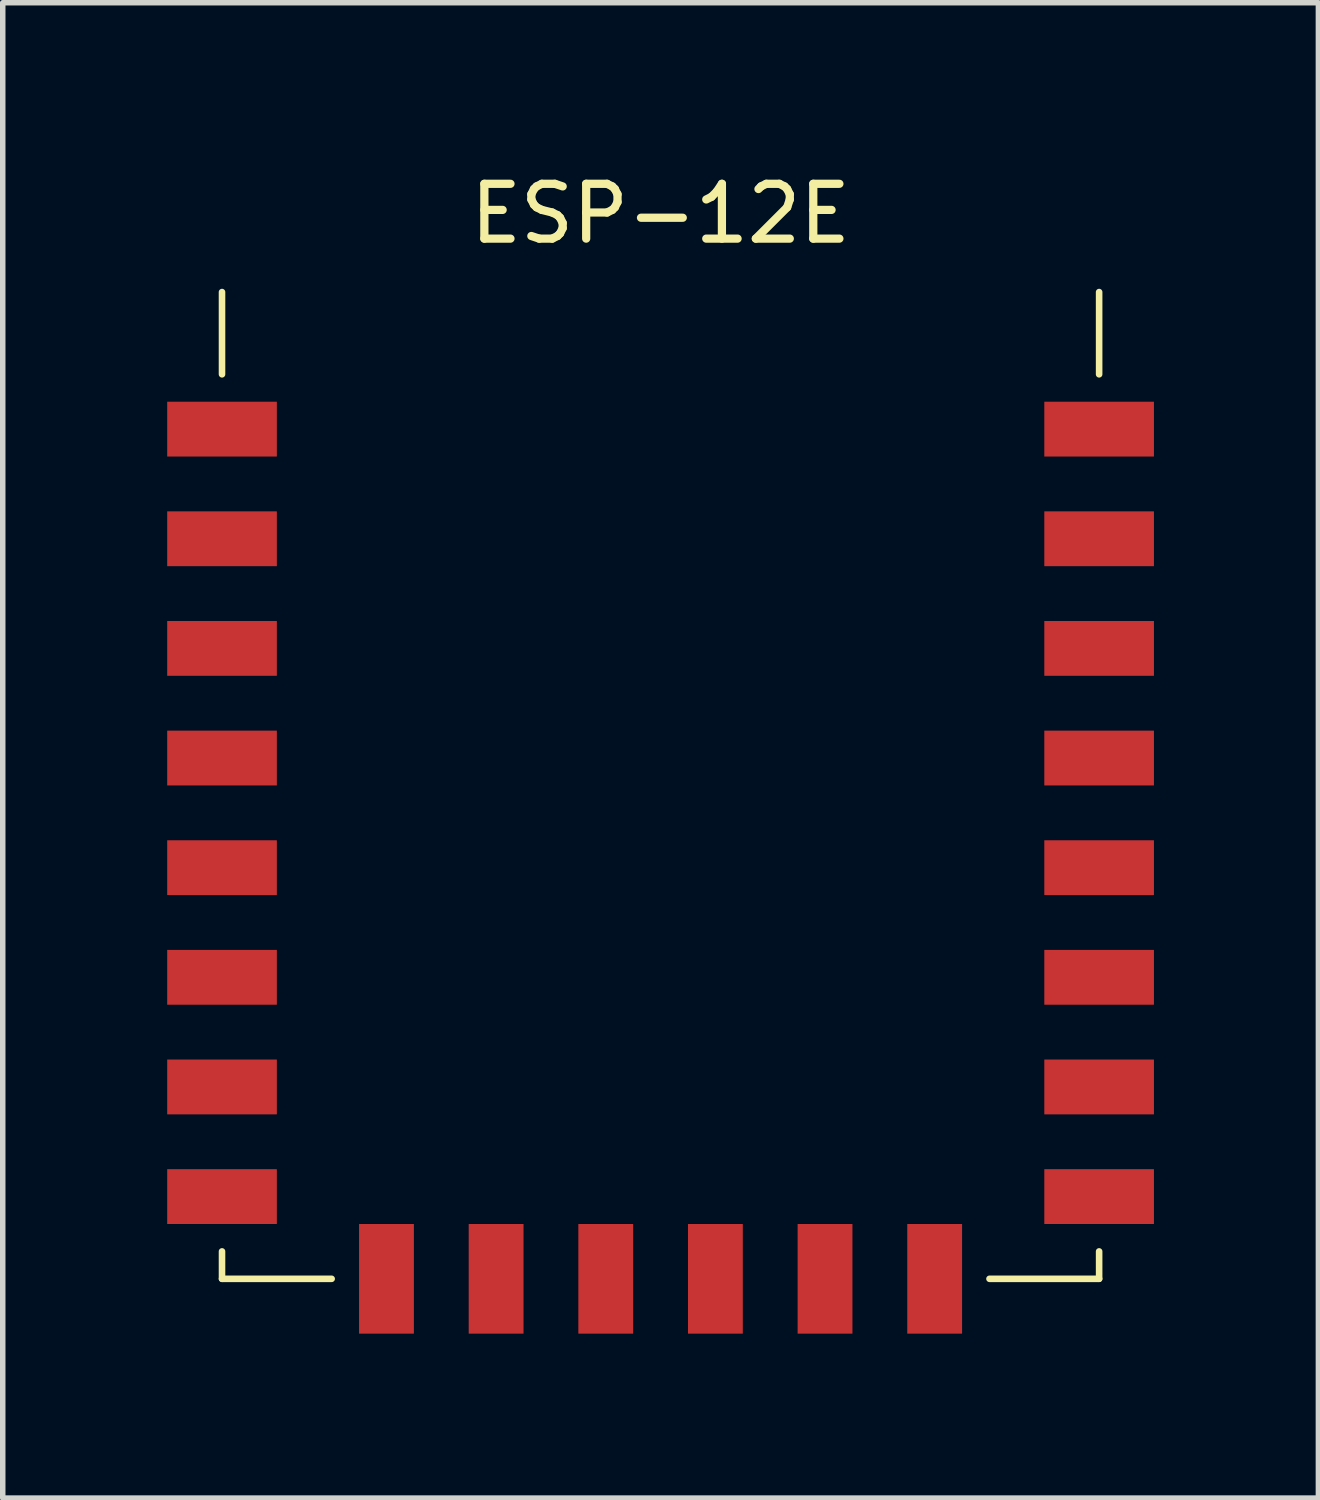
<source format=kicad_pcb>
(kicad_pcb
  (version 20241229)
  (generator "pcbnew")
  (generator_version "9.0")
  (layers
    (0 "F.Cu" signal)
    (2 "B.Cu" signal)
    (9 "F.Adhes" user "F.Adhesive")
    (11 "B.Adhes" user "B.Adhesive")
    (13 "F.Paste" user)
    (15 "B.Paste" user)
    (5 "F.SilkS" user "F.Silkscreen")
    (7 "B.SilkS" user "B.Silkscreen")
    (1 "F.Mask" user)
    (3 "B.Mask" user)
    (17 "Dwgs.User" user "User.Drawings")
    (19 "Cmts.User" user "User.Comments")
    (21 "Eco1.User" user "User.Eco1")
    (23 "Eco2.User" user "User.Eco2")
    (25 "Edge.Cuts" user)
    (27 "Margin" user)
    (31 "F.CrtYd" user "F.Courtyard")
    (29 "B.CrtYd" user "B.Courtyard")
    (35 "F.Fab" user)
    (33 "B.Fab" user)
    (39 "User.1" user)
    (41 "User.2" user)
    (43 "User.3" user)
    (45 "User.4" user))
  (footprint "ESP-12E"
    (layer "F.Cu")
    (at 9 12.778)
    (property "Reference" "ESP-12E" (at 0 -11.93 0) (layer "F.SilkS") (effects (font (size 1 1) (thickness 0.15))))
    (attr through_hole)
    (fp_line (start -8 -10.5) (end -8 -9) (stroke (width 0.12) (type solid)) (layer "F.SilkS"))
    (fp_line (start -8 7) (end -8 7.5) (stroke (width 0.12) (type solid)) (layer "F.SilkS"))
    (fp_line (start -8 7.5) (end -6 7.5) (stroke (width 0.12) (type solid)) (layer "F.SilkS"))
    (fp_line (start 6 7.5) (end 8 7.5) (stroke (width 0.12) (type solid)) (layer "F.SilkS"))
    (fp_line (start 8 -9) (end 8 -10.5) (stroke (width 0.12) (type solid)) (layer "F.SilkS"))
    (fp_line (start 8 7.5) (end 8 7) (stroke (width 0.12) (type solid)) (layer "F.SilkS"))
    (pad "1" smd rect (at -8 -8) (size 2 1) (layers "F.Cu" "F.Mask" "F.Paste"))
    (pad "2" smd rect (at -8 -6) (size 2 1) (layers "F.Cu" "F.Mask" "F.Paste"))
    (pad "3" smd rect (at -8 -4) (size 2 1) (layers "F.Cu" "F.Mask" "F.Paste"))
    (pad "4" smd rect (at -8 -2) (size 2 1) (layers "F.Cu" "F.Mask" "F.Paste"))
    (pad "5" smd rect (at -8 0) (size 2 1) (layers "F.Cu" "F.Mask" "F.Paste"))
    (pad "6" smd rect (at -8 2) (size 2 1) (layers "F.Cu" "F.Mask" "F.Paste"))
    (pad "7" smd rect (at -8 4) (size 2 1) (layers "F.Cu" "F.Mask" "F.Paste"))
    (pad "8" smd rect (at -8 6) (size 2 1) (layers "F.Cu" "F.Mask" "F.Paste"))
    (pad "9" smd rect (at -5 7.5 90) (size 2 1) (layers "F.Cu" "F.Mask" "F.Paste"))
    (pad "10" smd rect (at -3 7.5 90) (size 2 1) (layers "F.Cu" "F.Mask" "F.Paste"))
    (pad "11" smd rect (at -1 7.5 90) (size 2 1) (layers "F.Cu" "F.Mask" "F.Paste"))
    (pad "12" smd rect (at 1 7.5 90) (size 2 1) (layers "F.Cu" "F.Mask" "F.Paste"))
    (pad "13" smd rect (at 3 7.5 90) (size 2 1) (layers "F.Cu" "F.Mask" "F.Paste"))
    (pad "14" smd rect (at 5 7.5 90) (size 2 1) (layers "F.Cu" "F.Mask" "F.Paste"))
    (pad "15" smd rect (at 8 6) (size 2 1) (layers "F.Cu" "F.Mask" "F.Paste"))
    (pad "16" smd rect (at 8 4) (size 2 1) (layers "F.Cu" "F.Mask" "F.Paste"))
    (pad "17" smd rect (at 8 2) (size 2 1) (layers "F.Cu" "F.Mask" "F.Paste"))
    (pad "18" smd rect (at 8 0) (size 2 1) (layers "F.Cu" "F.Mask" "F.Paste"))
    (pad "19" smd rect (at 8 -2) (size 2 1) (layers "F.Cu" "F.Mask" "F.Paste"))
    (pad "20" smd rect (at 8 -4) (size 2 1) (layers "F.Cu" "F.Mask" "F.Paste"))
    (pad "21" smd rect (at 8 -6) (size 2 1) (layers "F.Cu" "F.Mask" "F.Paste"))
    (pad "22" smd rect (at 8 -8) (size 2 1) (layers "F.Cu" "F.Mask" "F.Paste")))
  (gr_rect
    (start -3 -3)
    (end 21 24.278)
    (stroke (width 0.1) (type default))
    (fill no)
    (layer "Edge.Cuts")))
</source>
